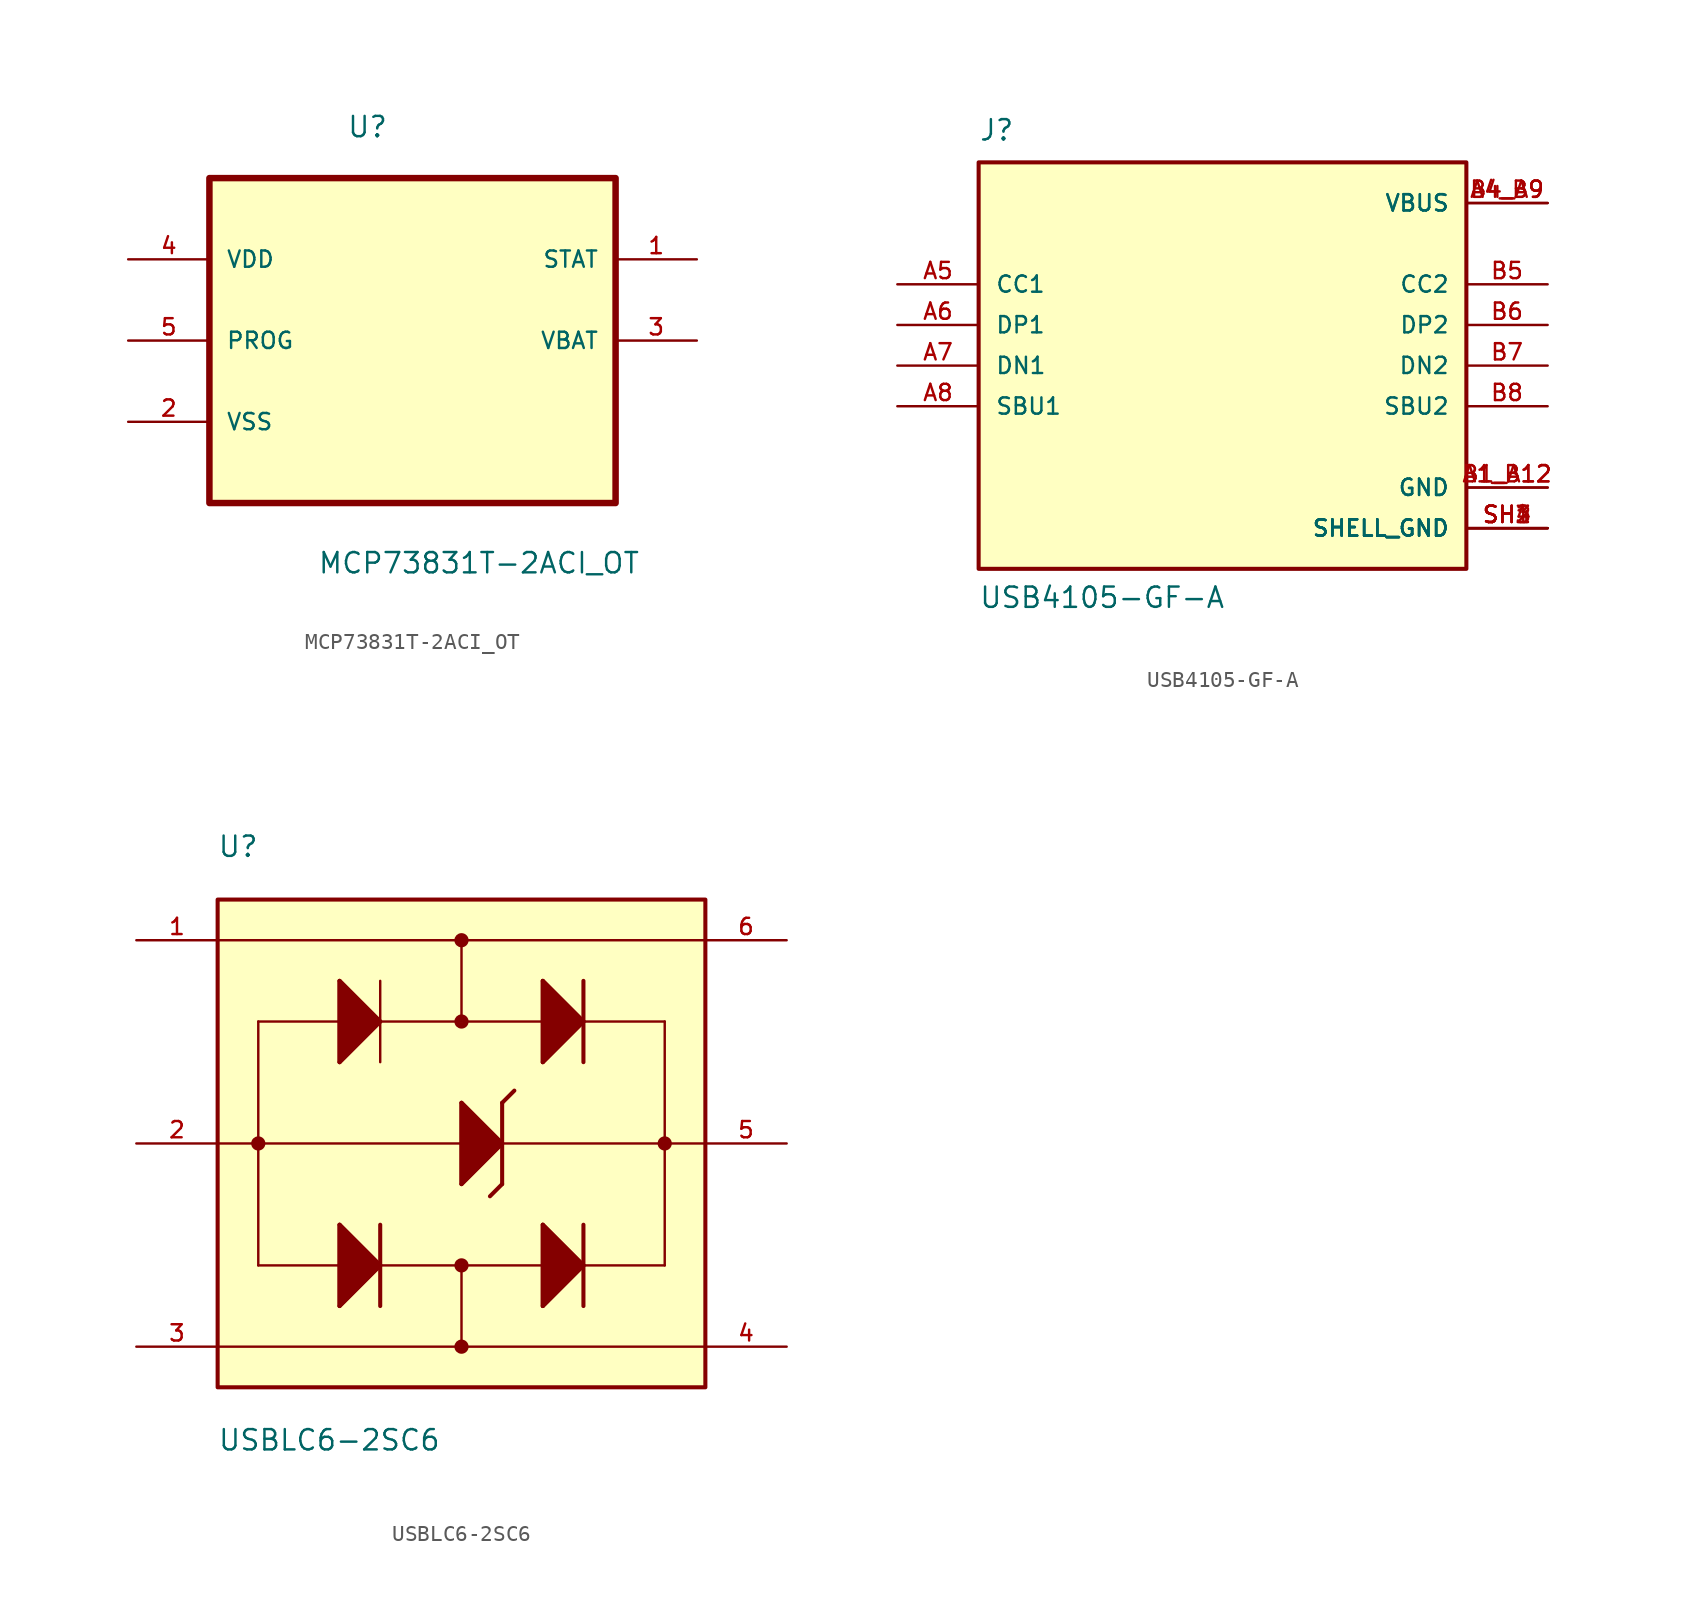
<source format=kicad_sym>
(kicad_symbol_lib
  (version 20241209)
  (generator "kicad_symbol_editor")
  (generator_version "9.0")
  (symbol "MCP73831T-2ACI_OT"
    (pin_names
      (offset 1.016))
    (property "Reference" "U"
      (at -4.123 10.078 0)
      (effects (font (size 1.27 1.27)) (justify left bottom)))
    (property "Value" "MCP73831T-2ACI_OT"
      (at -5.953 -17.196 0)
      (effects (font (size 1.27 1.27)) (justify left bottom)))
    (symbol "MCP73831T-2ACI_OT_0_0"
      (rectangle (start -12.7 -12.7) (end 12.7 7.62) (stroke (width 0.406) (type default)) (fill (type background)))
      (pin power_in line (at -17.78 2.54 0) (length 5.08) (name "VDD" (effects (font (size 1.016 1.016)))) (number "4" (effects (font (size 1.016 1.016)))))
      (pin input line (at -17.78 -2.54 0) (length 5.08) (name "PROG" (effects (font (size 1.016 1.016)))) (number "5" (effects (font (size 1.016 1.016)))))
      (pin power_in line (at -17.78 -7.62 0) (length 5.08) (name "VSS" (effects (font (size 1.016 1.016)))) (number "2" (effects (font (size 1.016 1.016)))))
      (pin output line (at 17.78 2.54 180) (length 5.08) (name "STAT" (effects (font (size 1.016 1.016)))) (number "1" (effects (font (size 1.016 1.016)))))
      (pin output line (at 17.78 -2.54 180) (length 5.08) (name "VBAT" (effects (font (size 1.016 1.016)))) (number "3" (effects (font (size 1.016 1.016)))))))
  (symbol "USB4105-GF-A"
    (pin_names
      (offset 1.016))
    (property "Reference" "J"
      (at -15.24 13.97 0)
      (effects (font (size 1.27 1.27)) (justify left bottom)))
    (property "Value" "USB4105-GF-A"
      (at -15.24 -15.24 0)
      (effects (font (size 1.27 1.27)) (justify left bottom)))
    (symbol "USB4105-GF-A_0_0"
      (rectangle (start -15.24 -12.7) (end 15.24 12.7) (stroke (width 0.254) (type default)) (fill (type background)))
      (pin bidirectional line (at -20.32 5.08 0) (length 5.08) (name "CC1" (effects (font (size 1.016 1.016)))) (number "A5" (effects (font (size 1.016 1.016)))))
      (pin bidirectional line (at -20.32 2.54 0) (length 5.08) (name "DP1" (effects (font (size 1.016 1.016)))) (number "A6" (effects (font (size 1.016 1.016)))))
      (pin bidirectional line (at -20.32 0 0) (length 5.08) (name "DN1" (effects (font (size 1.016 1.016)))) (number "A7" (effects (font (size 1.016 1.016)))))
      (pin bidirectional line (at -20.32 -2.54 0) (length 5.08) (name "SBU1" (effects (font (size 1.016 1.016)))) (number "A8" (effects (font (size 1.016 1.016)))))
      (pin power_in line (at 20.32 10.16 180) (length 5.08) (name "VBUS" (effects (font (size 1.016 1.016)))) (number "A4_B9" (effects (font (size 1.016 1.016)))))
      (pin power_in line (at 20.32 10.16 180) (length 5.08) (name "VBUS" (effects (font (size 1.016 1.016)))) (number "B4_A9" (effects (font (size 1.016 1.016)))))
      (pin bidirectional line (at 20.32 5.08 180) (length 5.08) (name "CC2" (effects (font (size 1.016 1.016)))) (number "B5" (effects (font (size 1.016 1.016)))))
      (pin bidirectional line (at 20.32 2.54 180) (length 5.08) (name "DP2" (effects (font (size 1.016 1.016)))) (number "B6" (effects (font (size 1.016 1.016)))))
      (pin bidirectional line (at 20.32 0 180) (length 5.08) (name "DN2" (effects (font (size 1.016 1.016)))) (number "B7" (effects (font (size 1.016 1.016)))))
      (pin bidirectional line (at 20.32 -2.54 180) (length 5.08) (name "SBU2" (effects (font (size 1.016 1.016)))) (number "B8" (effects (font (size 1.016 1.016)))))
      (pin power_in line (at 20.32 -7.62 180) (length 5.08) (name "GND" (effects (font (size 1.016 1.016)))) (number "A1_B12" (effects (font (size 1.016 1.016)))))
      (pin power_in line (at 20.32 -7.62 180) (length 5.08) (name "GND" (effects (font (size 1.016 1.016)))) (number "B1_A12" (effects (font (size 1.016 1.016)))))
      (pin power_in line (at 20.32 -10.16 180) (length 5.08) (name "SHELL_GND" (effects (font (size 1.016 1.016)))) (number "SH1" (effects (font (size 1.016 1.016)))))
      (pin power_in line (at 20.32 -10.16 180) (length 5.08) (name "SHELL_GND" (effects (font (size 1.016 1.016)))) (number "SH2" (effects (font (size 1.016 1.016)))))
      (pin power_in line (at 20.32 -10.16 180) (length 5.08) (name "SHELL_GND" (effects (font (size 1.016 1.016)))) (number "SH3" (effects (font (size 1.016 1.016)))))
      (pin power_in line (at 20.32 -10.16 180) (length 5.08) (name "SHELL_GND" (effects (font (size 1.016 1.016)))) (number "SH4" (effects (font (size 1.016 1.016)))))))
  (symbol "USBLC6-2SC6"
    (pin_names
      (offset 1.016))
    (property "Reference" "U"
      (at -15.269 17.809 0)
      (effects (font (size 1.27 1.27)) (justify left bottom)))
    (property "Value" "USBLC6-2SC6"
      (at -15.256 -17.796 0)
      (effects (font (size 1.27 1.27)) (justify left top)))
    (symbol "USBLC6-2SC6_0_0"
      (polyline (pts (xy -15.24 12.7) (xy 0 12.7)) (stroke (width 0.152) (type default)) (fill (type none)))
      (polyline (pts (xy -15.24 -12.7) (xy 0 -12.7)) (stroke (width 0.152) (type default)) (fill (type none)))
      (rectangle (start -15.24 -15.24) (end 15.24 15.24) (stroke (width 0.254) (type default)) (fill (type background)))
      (polyline (pts (xy -12.7 7.62) (xy -12.7 0)) (stroke (width 0.152) (type default)) (fill (type none)))
      (polyline (pts (xy -12.7 7.62) (xy -7.62 7.62)) (stroke (width 0.152) (type default)) (fill (type none)))
      (circle (center -12.7 0) (radius 0.254) (stroke (width 0.381) (type default)) (fill (type none)))
      (polyline (pts (xy -12.7 0) (xy -15.24 0)) (stroke (width 0.152) (type default)) (fill (type none)))
      (polyline (pts (xy -12.7 0) (xy -12.7 -7.62)) (stroke (width 0.152) (type default)) (fill (type none)))
      (polyline (pts (xy -12.7 0) (xy 0 0)) (stroke (width 0.152) (type default)) (fill (type none)))
      (polyline (pts (xy -12.7 -7.62) (xy -7.62 -7.62)) (stroke (width 0.152) (type default)) (fill (type none)))
      (polyline (pts (xy -7.62 10.16) (xy -5.08 7.62)) (stroke (width 0.254) (type default)) (fill (type none)))
      (polyline (pts (xy -7.62 10.16) (xy -7.62 5.08) (xy -5.08 7.62) (xy -7.62 10.16)) (stroke (width 0.254) (type default)) (fill (type outline)))
      (polyline (pts (xy -7.62 7.62) (xy -7.62 10.16)) (stroke (width 0.254) (type default)) (fill (type none)))
      (polyline (pts (xy -7.62 5.08) (xy -7.62 7.62)) (stroke (width 0.254) (type default)) (fill (type none)))
      (polyline (pts (xy -7.62 -5.08) (xy -5.08 -7.62)) (stroke (width 0.254) (type default)) (fill (type none)))
      (polyline (pts (xy -7.62 -5.08) (xy -7.62 -10.16) (xy -5.08 -7.62) (xy -7.62 -5.08)) (stroke (width 0.254) (type default)) (fill (type outline)))
      (polyline (pts (xy -7.62 -7.62) (xy -7.62 -5.08)) (stroke (width 0.254) (type default)) (fill (type none)))
      (polyline (pts (xy -7.62 -10.16) (xy -7.62 -7.62)) (stroke (width 0.254) (type default)) (fill (type none)))
      (polyline (pts (xy -5.08 10.16) (xy -5.08 7.62)) (stroke (width 0.152) (type default)) (fill (type none)))
      (polyline (pts (xy -5.08 7.62) (xy -7.62 5.08)) (stroke (width 0.254) (type default)) (fill (type none)))
      (polyline (pts (xy -5.08 7.62) (xy -5.08 5.08)) (stroke (width 0.152) (type default)) (fill (type none)))
      (polyline (pts (xy -5.08 7.62) (xy 0 7.62)) (stroke (width 0.152) (type default)) (fill (type none)))
      (polyline (pts (xy -5.08 -5.08) (xy -5.08 -7.62)) (stroke (width 0.254) (type default)) (fill (type none)))
      (polyline (pts (xy -5.08 -7.62) (xy -7.62 -10.16)) (stroke (width 0.254) (type default)) (fill (type none)))
      (polyline (pts (xy -5.08 -7.62) (xy -5.08 -10.16)) (stroke (width 0.254) (type default)) (fill (type none)))
      (polyline (pts (xy -5.08 -7.62) (xy 0 -7.62)) (stroke (width 0.152) (type default)) (fill (type none)))
      (circle (center 0 12.7) (radius 0.254) (stroke (width 0.381) (type default)) (fill (type none)))
      (polyline (pts (xy 0 12.7) (xy 15.24 12.7)) (stroke (width 0.152) (type default)) (fill (type none)))
      (circle (center 0 7.62) (radius 0.254) (stroke (width 0.381) (type default)) (fill (type none)))
      (polyline (pts (xy 0 7.62) (xy 0 12.7)) (stroke (width 0.152) (type default)) (fill (type none)))
      (polyline (pts (xy 0 7.62) (xy 5.08 7.62)) (stroke (width 0.152) (type default)) (fill (type none)))
      (polyline (pts (xy 0 2.54) (xy 2.54 0)) (stroke (width 0.254) (type default)) (fill (type none)))
      (polyline (pts (xy 0 2.54) (xy 0 -2.54) (xy 2.54 0) (xy 0 2.54)) (stroke (width 0.254) (type default)) (fill (type outline)))
      (polyline (pts (xy 0 0) (xy 0 2.54)) (stroke (width 0.254) (type default)) (fill (type none)))
      (polyline (pts (xy 0 -2.54) (xy 0 0)) (stroke (width 0.254) (type default)) (fill (type none)))
      (polyline (pts (xy 0 -7.62) (xy 0 -12.7)) (stroke (width 0.152) (type default)) (fill (type none)))
      (polyline (pts (xy 0 -7.62) (xy 5.08 -7.62)) (stroke (width 0.152) (type default)) (fill (type none)))
      (circle (center 0 -7.62) (radius 0.254) (stroke (width 0.381) (type default)) (fill (type none)))
      (circle (center 0 -12.7) (radius 0.254) (stroke (width 0.381) (type default)) (fill (type none)))
      (polyline (pts (xy 2.54 2.54) (xy 2.54 -2.54)) (stroke (width 0.254) (type default)) (fill (type none)))
      (polyline (pts (xy 2.54 2.54) (xy 3.302 3.302)) (stroke (width 0.254) (type default)) (fill (type none)))
      (polyline (pts (xy 2.54 0) (xy 0 -2.54)) (stroke (width 0.254) (type default)) (fill (type none)))
      (polyline (pts (xy 2.54 0) (xy 12.7 0)) (stroke (width 0.152) (type default)) (fill (type none)))
      (polyline (pts (xy 2.54 -2.54) (xy 1.778 -3.302)) (stroke (width 0.254) (type default)) (fill (type none)))
      (polyline (pts (xy 5.08 10.16) (xy 7.62 7.62)) (stroke (width 0.254) (type default)) (fill (type none)))
      (polyline (pts (xy 5.08 10.16) (xy 5.08 5.08) (xy 7.62 7.62) (xy 5.08 10.16)) (stroke (width 0.254) (type default)) (fill (type outline)))
      (polyline (pts (xy 5.08 7.62) (xy 5.08 10.16)) (stroke (width 0.254) (type default)) (fill (type none)))
      (polyline (pts (xy 5.08 5.08) (xy 5.08 7.62)) (stroke (width 0.254) (type default)) (fill (type none)))
      (polyline (pts (xy 5.08 -5.08) (xy 7.62 -7.62)) (stroke (width 0.254) (type default)) (fill (type none)))
      (polyline (pts (xy 5.08 -5.08) (xy 5.08 -10.16) (xy 7.62 -7.62) (xy 5.08 -5.08)) (stroke (width 0.254) (type default)) (fill (type outline)))
      (polyline (pts (xy 5.08 -7.62) (xy 5.08 -5.08)) (stroke (width 0.254) (type default)) (fill (type none)))
      (polyline (pts (xy 5.08 -10.16) (xy 5.08 -7.62)) (stroke (width 0.254) (type default)) (fill (type none)))
      (polyline (pts (xy 7.62 10.16) (xy 7.62 7.62)) (stroke (width 0.254) (type default)) (fill (type none)))
      (polyline (pts (xy 7.62 7.62) (xy 5.08 5.08)) (stroke (width 0.254) (type default)) (fill (type none)))
      (polyline (pts (xy 7.62 7.62) (xy 7.62 5.08)) (stroke (width 0.254) (type default)) (fill (type none)))
      (polyline (pts (xy 7.62 7.62) (xy 12.7 7.62)) (stroke (width 0.152) (type default)) (fill (type none)))
      (polyline (pts (xy 7.62 -5.08) (xy 7.62 -7.62)) (stroke (width 0.254) (type default)) (fill (type none)))
      (polyline (pts (xy 7.62 -7.62) (xy 5.08 -10.16)) (stroke (width 0.254) (type default)) (fill (type none)))
      (polyline (pts (xy 7.62 -7.62) (xy 7.62 -10.16)) (stroke (width 0.254) (type default)) (fill (type none)))
      (polyline (pts (xy 7.62 -7.62) (xy 12.7 -7.62)) (stroke (width 0.152) (type default)) (fill (type none)))
      (polyline (pts (xy 12.7 7.62) (xy 12.7 0)) (stroke (width 0.152) (type default)) (fill (type none)))
      (polyline (pts (xy 12.7 0) (xy 12.7 -7.62)) (stroke (width 0.152) (type default)) (fill (type none)))
      (polyline (pts (xy 12.7 0) (xy 15.24 0)) (stroke (width 0.152) (type default)) (fill (type none)))
      (circle (center 12.7 0) (radius 0.254) (stroke (width 0.381) (type default)) (fill (type none)))
      (polyline (pts (xy 15.24 -12.7) (xy 0 -12.7)) (stroke (width 0.152) (type default)) (fill (type none)))
      (pin bidirectional line (at -20.32 12.7 0) (length 5.08) (name "~" (effects (font (size 1.016 1.016)))) (number "1" (effects (font (size 1.016 1.016)))))
      (pin power_in line (at -20.32 0 0) (length 5.08) (name "~" (effects (font (size 1.016 1.016)))) (number "2" (effects (font (size 1.016 1.016)))))
      (pin bidirectional line (at -20.32 -12.7 0) (length 5.08) (name "~" (effects (font (size 1.016 1.016)))) (number "3" (effects (font (size 1.016 1.016)))))
      (pin bidirectional line (at 20.32 12.7 180) (length 5.08) (name "~" (effects (font (size 1.016 1.016)))) (number "6" (effects (font (size 1.016 1.016)))))
      (pin power_in line (at 20.32 0 180) (length 5.08) (name "~" (effects (font (size 1.016 1.016)))) (number "5" (effects (font (size 1.016 1.016)))))
      (pin bidirectional line (at 20.32 -12.7 180) (length 5.08) (name "~" (effects (font (size 1.016 1.016)))) (number "4" (effects (font (size 1.016 1.016))))))))
</source>
